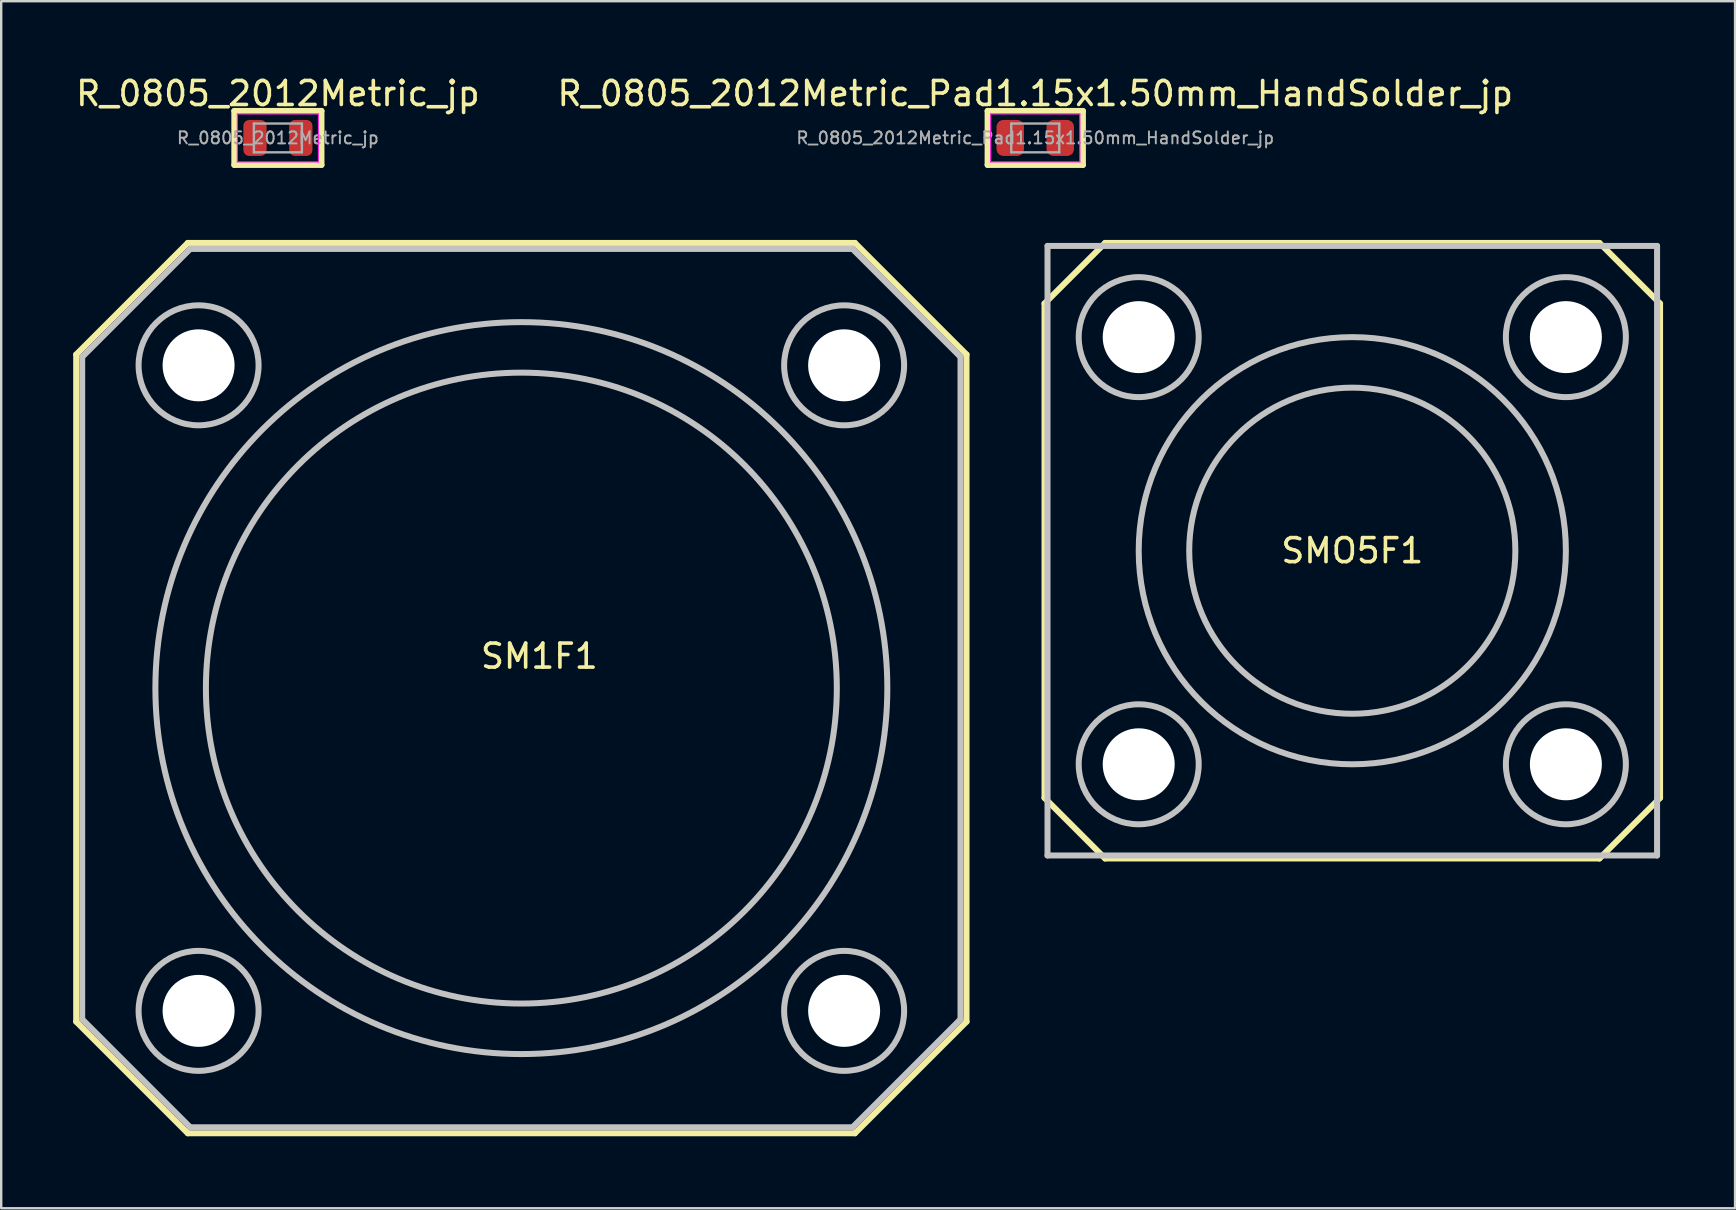
<source format=kicad_pcb>
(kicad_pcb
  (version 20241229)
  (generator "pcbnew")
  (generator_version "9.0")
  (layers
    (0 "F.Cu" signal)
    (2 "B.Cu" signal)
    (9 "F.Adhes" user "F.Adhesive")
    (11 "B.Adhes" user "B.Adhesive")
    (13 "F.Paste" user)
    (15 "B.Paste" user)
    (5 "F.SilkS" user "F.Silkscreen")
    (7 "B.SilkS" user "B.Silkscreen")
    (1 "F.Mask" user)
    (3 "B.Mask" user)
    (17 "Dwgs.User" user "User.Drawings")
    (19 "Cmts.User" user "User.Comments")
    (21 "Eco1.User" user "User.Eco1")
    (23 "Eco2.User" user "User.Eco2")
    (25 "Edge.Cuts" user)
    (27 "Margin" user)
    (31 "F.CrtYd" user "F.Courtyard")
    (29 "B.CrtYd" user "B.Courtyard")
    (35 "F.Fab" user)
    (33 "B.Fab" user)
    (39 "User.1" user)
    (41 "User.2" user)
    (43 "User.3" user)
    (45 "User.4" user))
  (footprint "R_0805_2012Metric_Pad1.15x1.50mm_HandSolder_jp"
    (layer "F.Cu")
    (at 40.089 2.698)
    (property "Reference" "R_0805_2012Metric_Pad1.15x1.50mm_HandSolder_jp" (at 0 -1.85 0) (layer "F.SilkS") (effects (font (size 1 1) (thickness 0.15))))
    (attr smd)
    (fp_line (start -1.985 -1.125) (end 1.985 -1.125) (stroke (width 0.25) (type solid)) (layer "F.SilkS"))
    (fp_line (start -1.985 1.125) (end -1.985 -1.125) (stroke (width 0.25) (type solid)) (layer "F.SilkS"))
    (fp_line (start 1.985 -1.125) (end 1.985 1.125) (stroke (width 0.25) (type solid)) (layer "F.SilkS"))
    (fp_line (start 1.985 1.125) (end -1.985 1.125) (stroke (width 0.25) (type solid)) (layer "F.SilkS"))
    (fp_line (start -1.86 -1) (end 1.86 -1) (stroke (width 0.05) (type solid)) (layer "F.CrtYd"))
    (fp_line (start -1.86 1) (end -1.86 -1) (stroke (width 0.05) (type solid)) (layer "F.CrtYd"))
    (fp_line (start 1.86 -1) (end 1.86 1) (stroke (width 0.05) (type solid)) (layer "F.CrtYd"))
    (fp_line (start 1.86 1) (end -1.86 1) (stroke (width 0.05) (type solid)) (layer "F.CrtYd"))
    (fp_line (start -1 -0.6) (end 1 -0.6) (stroke (width 0.1) (type solid)) (layer "F.Fab"))
    (fp_line (start -1 0.6) (end -1 -0.6) (stroke (width 0.1) (type solid)) (layer "F.Fab"))
    (fp_line (start 1 -0.6) (end 1 0.6) (stroke (width 0.1) (type solid)) (layer "F.Fab"))
    (fp_line (start 1 0.6) (end -1 0.6) (stroke (width 0.1) (type solid)) (layer "F.Fab"))
    (fp_text user "${REFERENCE}" (at 0 0 0) (layer "F.Fab") (effects (font (size 0.5 0.5) (thickness 0.08))))
    (pad "1" smd roundrect (at -1.042 0) (size 1.145 1.5) (layers "F.Cu" "F.Mask" "F.Paste") (roundrect_rratio 0.25))
    (pad "2" smd roundrect (at 1.042 0) (size 1.145 1.5) (layers "F.Cu" "F.Mask" "F.Paste") (roundrect_rratio 0.25)))
  (footprint "R_0805_2012Metric_jp"
    (layer "F.Cu")
    (at 8.53 2.698)
    (property "Reference" "R_0805_2012Metric_jp" (at 0 -1.85 0) (layer "F.SilkS") (effects (font (size 1 1) (thickness 0.15))))
    (attr smd)
    (fp_line (start -1.815 -1.125) (end 1.815 -1.125) (stroke (width 0.25) (type solid)) (layer "F.SilkS"))
    (fp_line (start -1.815 1.125) (end -1.815 -1.125) (stroke (width 0.25) (type solid)) (layer "F.SilkS"))
    (fp_line (start 1.815 -1.125) (end 1.815 1.125) (stroke (width 0.25) (type solid)) (layer "F.SilkS"))
    (fp_line (start 1.815 1.125) (end -1.815 1.125) (stroke (width 0.25) (type solid)) (layer "F.SilkS"))
    (fp_line (start -1.69 -1) (end 1.69 -1) (stroke (width 0.05) (type solid)) (layer "F.CrtYd"))
    (fp_line (start -1.69 1) (end -1.69 -1) (stroke (width 0.05) (type solid)) (layer "F.CrtYd"))
    (fp_line (start 1.69 -1) (end 1.69 1) (stroke (width 0.05) (type solid)) (layer "F.CrtYd"))
    (fp_line (start 1.69 1) (end -1.69 1) (stroke (width 0.05) (type solid)) (layer "F.CrtYd"))
    (fp_line (start -1 -0.6) (end 1 -0.6) (stroke (width 0.1) (type solid)) (layer "F.Fab"))
    (fp_line (start -1 0.6) (end -1 -0.6) (stroke (width 0.1) (type solid)) (layer "F.Fab"))
    (fp_line (start 1 -0.6) (end 1 0.6) (stroke (width 0.1) (type solid)) (layer "F.Fab"))
    (fp_line (start 1 0.6) (end -1 0.6) (stroke (width 0.1) (type solid)) (layer "F.Fab"))
    (fp_text user "${REFERENCE}" (at 0 0 0) (layer "F.Fab") (effects (font (size 0.5 0.5) (thickness 0.08))))
    (pad "1" smd roundrect (at -0.955 0) (size 0.97 1.5) (layers "F.Cu" "F.Mask" "F.Paste") (roundrect_rratio 0.25))
    (pad "2" smd roundrect (at 0.955 0) (size 0.97 1.5) (layers "F.Cu" "F.Mask" "F.Paste") (roundrect_rratio 0.25)))
  (footprint "SM1F1"
    (layer "F.Cu")
    (at 18.675 25.623)
    (property "Reference" "SM1F1" (at 0.75 -1.33 0) (layer "F.SilkS") (effects (font (size 1 1) (thickness 0.15))))
    (attr through_hole)
    (fp_line (start -18.55 -13.9) (end -18.55 13.9) (stroke (width 0.25) (type solid)) (layer "F.SilkS"))
    (fp_line (start -13.9 -18.55) (end -18.55 -13.9) (stroke (width 0.25) (type solid)) (layer "F.SilkS"))
    (fp_line (start -13.9 -18.55) (end 13.9 -18.55) (stroke (width 0.25) (type solid)) (layer "F.SilkS"))
    (fp_line (start -13.9 18.55) (end -18.55 13.9) (stroke (width 0.25) (type solid)) (layer "F.SilkS"))
    (fp_line (start -13.9 18.55) (end 13.9 18.55) (stroke (width 0.25) (type solid)) (layer "F.SilkS"))
    (fp_line (start 13.9 -18.55) (end 18.55 -13.9) (stroke (width 0.25) (type solid)) (layer "F.SilkS"))
    (fp_line (start 13.9 18.55) (end 18.55 13.9) (stroke (width 0.25) (type solid)) (layer "F.SilkS"))
    (fp_line (start 18.55 -13.9) (end 18.55 13.9) (stroke (width 0.25) (type solid)) (layer "F.SilkS"))
    (fp_line (start -18.3 -13.8) (end -18.3 13.8) (stroke (width 0.25) (type solid)) (layer "Dwgs.User"))
    (fp_line (start -18.3 13.8) (end -13.8 18.3) (stroke (width 0.25) (type solid)) (layer "Dwgs.User"))
    (fp_line (start -13.8 -18.3) (end -18.3 -13.8) (stroke (width 0.25) (type solid)) (layer "Dwgs.User"))
    (fp_line (start -13.8 -18.3) (end 13.8 -18.3) (stroke (width 0.25) (type solid)) (layer "Dwgs.User"))
    (fp_line (start -13.8 18.3) (end 13.8 18.3) (stroke (width 0.25) (type solid)) (layer "Dwgs.User"))
    (fp_line (start 13.8 -18.3) (end 18.3 -13.8) (stroke (width 0.25) (type solid)) (layer "Dwgs.User"))
    (fp_line (start 18.3 -13.8) (end 18.3 13.8) (stroke (width 0.25) (type solid)) (layer "Dwgs.User"))
    (fp_line (start 18.3 13.8) (end 13.8 18.3) (stroke (width 0.25) (type solid)) (layer "Dwgs.User"))
    (fp_circle (center -13.45 -13.45) (end -10.95 -13.45) (stroke (width 0.25) (type solid)) (fill no) (layer "Dwgs.User"))
    (fp_circle (center -13.45 13.45) (end -10.95 13.45) (stroke (width 0.25) (type solid)) (fill no) (layer "Dwgs.User"))
    (fp_circle (center 0 0) (end 13.145 0) (stroke (width 0.25) (type solid)) (fill no) (layer "Dwgs.User"))
    (fp_circle (center 0 0) (end 15.25 0) (stroke (width 0.25) (type solid)) (fill no) (layer "Dwgs.User"))
    (fp_circle (center 13.45 -13.45) (end 15.95 -13.45) (stroke (width 0.25) (type solid)) (fill no) (layer "Dwgs.User"))
    (fp_circle (center 13.45 13.45) (end 15.95 13.45) (stroke (width 0.25) (type solid)) (fill no) (layer "Dwgs.User"))
    (pad "" np_thru_hole circle (at -13.45 -13.45) (size 3 3) (drill 3) (layers "*.Cu" "*.Mask"))
    (pad "" np_thru_hole circle (at -13.45 13.45) (size 3 3) (drill 3) (layers "*.Cu" "*.Mask"))
    (pad "" np_thru_hole circle (at 13.45 -13.45) (size 3 3) (drill 3) (layers "*.Cu" "*.Mask"))
    (pad "" np_thru_hole circle (at 13.45 13.45) (size 3 3) (drill 3) (layers "*.Cu" "*.Mask")))
  (footprint "SMO5F1"
    (layer "F.Cu")
    (at 53.3 19.898)
    (property "Reference" "SMO5F1" (at 0 0 0) (layer "F.SilkS") (effects (font (size 1 1) (thickness 0.15))))
    (attr through_hole)
    (fp_line (start -12.825 -10.3) (end -12.825 10.3) (stroke (width 0.25) (type solid)) (layer "F.SilkS"))
    (fp_line (start -12.825 10.3) (end -10.3 12.825) (stroke (width 0.25) (type solid)) (layer "F.SilkS"))
    (fp_line (start -10.3 -12.825) (end -12.825 -10.3) (stroke (width 0.25) (type solid)) (layer "F.SilkS"))
    (fp_line (start -10.3 -12.825) (end 10.3 -12.825) (stroke (width 0.25) (type solid)) (layer "F.SilkS"))
    (fp_line (start -10.3 12.825) (end 10.3 12.825) (stroke (width 0.25) (type solid)) (layer "F.SilkS"))
    (fp_line (start 10.3 -12.825) (end 12.825 -10.3) (stroke (width 0.25) (type solid)) (layer "F.SilkS"))
    (fp_line (start 10.3 12.825) (end 12.825 10.3) (stroke (width 0.25) (type solid)) (layer "F.SilkS"))
    (fp_line (start 12.825 10.3) (end 12.825 -10.3) (stroke (width 0.25) (type solid)) (layer "F.SilkS"))
    (fp_line (start -12.7 -12.7) (end -12.7 12.7) (stroke (width 0.25) (type solid)) (layer "Dwgs.User"))
    (fp_line (start -12.7 -12.7) (end 12.7 -12.7) (stroke (width 0.25) (type solid)) (layer "Dwgs.User"))
    (fp_line (start -12.7 12.7) (end 12.7 12.7) (stroke (width 0.25) (type solid)) (layer "Dwgs.User"))
    (fp_line (start 12.7 12.7) (end 12.7 -12.7) (stroke (width 0.25) (type solid)) (layer "Dwgs.User"))
    (fp_circle (center -8.9 -8.9) (end -6.4 -8.9) (stroke (width 0.25) (type solid)) (fill no) (layer "Dwgs.User"))
    (fp_circle (center -8.9 8.9) (end -6.4 8.9) (stroke (width 0.25) (type solid)) (fill no) (layer "Dwgs.User"))
    (fp_circle (center 0 0) (end 6.795 0) (stroke (width 0.25) (type solid)) (fill no) (layer "Dwgs.User"))
    (fp_circle (center 0 0) (end 8.9 0) (stroke (width 0.25) (type solid)) (fill no) (layer "Dwgs.User"))
    (fp_circle (center 8.9 -8.9) (end 11.4 -8.9) (stroke (width 0.25) (type solid)) (fill no) (layer "Dwgs.User"))
    (fp_circle (center 8.9 8.9) (end 11.4 8.9) (stroke (width 0.25) (type solid)) (fill no) (layer "Dwgs.User"))
    (pad "" np_thru_hole circle (at -8.9 -8.9) (size 3 3) (drill 3) (layers "*.Cu" "*.Mask"))
    (pad "" np_thru_hole circle (at -8.9 8.9) (size 3 3) (drill 3) (layers "*.Cu" "*.Mask"))
    (pad "" np_thru_hole circle (at 8.9 -8.9) (size 3 3) (drill 3) (layers "*.Cu" "*.Mask"))
    (pad "" np_thru_hole circle (at 8.9 8.9) (size 3 3) (drill 3) (layers "*.Cu" "*.Mask")))
  (gr_rect
    (start -3 -3)
    (end 69.25 47.298)
    (stroke (width 0.1) (type default))
    (fill no)
    (layer "Edge.Cuts")))
</source>
